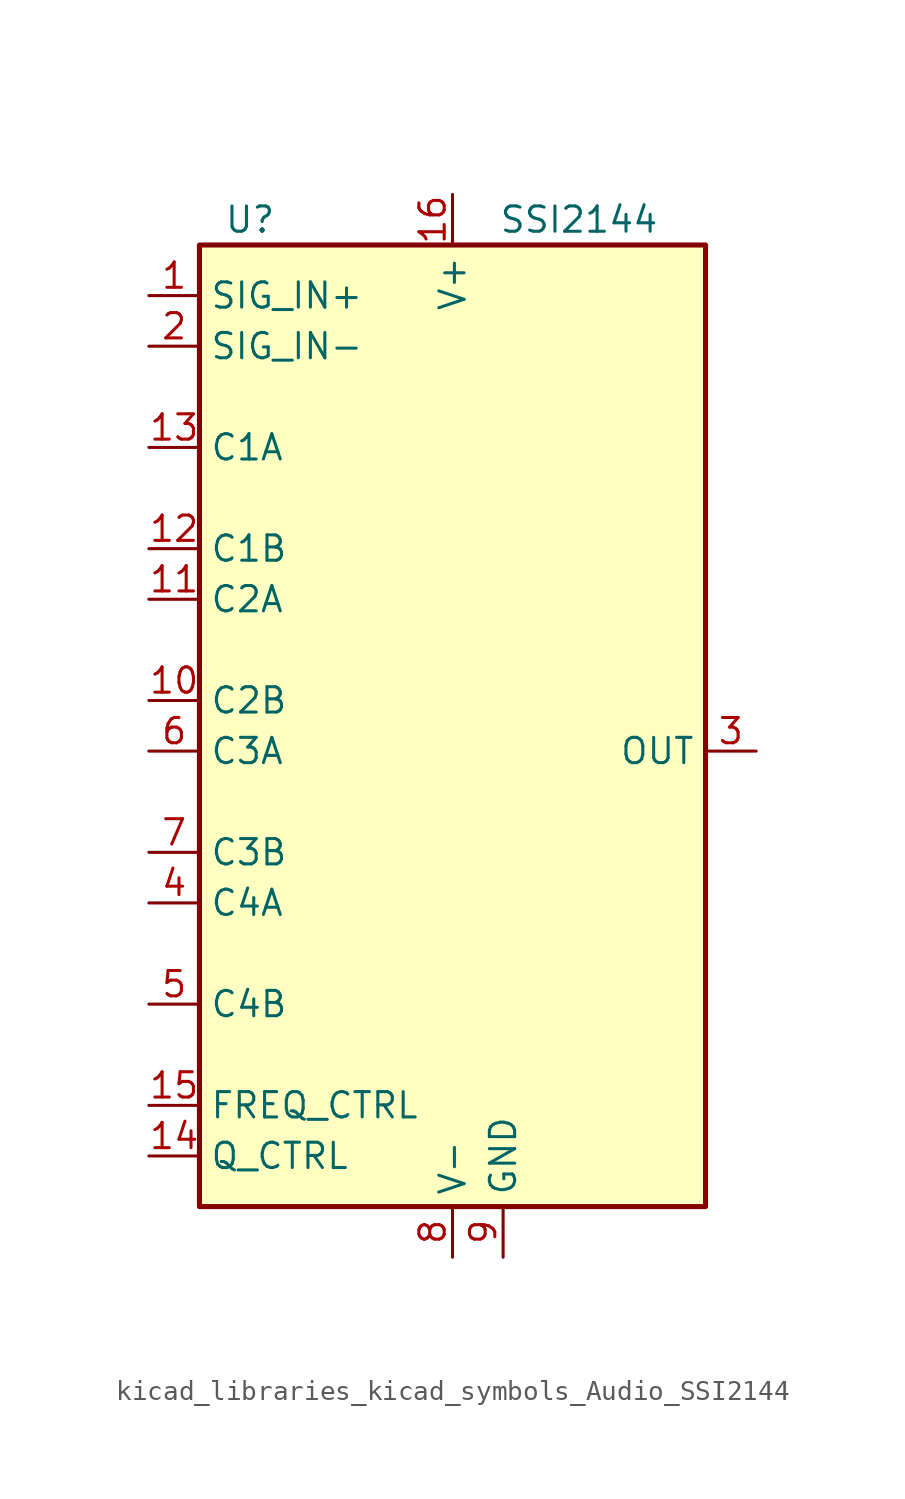
<source format=kicad_sym>
(kicad_symbol_lib
  (version 20220914)
  (generator kicad_symbol_editor)
  (symbol "kicad_libraries_kicad_symbols_Audio_SSI2144"
    (property "Reference" "U"
      (at -10.16 26.67 0)
      (effects (font (size 1.27 1.27))))
    (property "Value" "SSI2144"
      (at 6.35 26.67 0)
      (effects (font (size 1.27 1.27))))
    (symbol "kicad_libraries_kicad_symbols_Audio_SSI2144_0_1"
      (rectangle (start -12.7 25.4) (end 12.7 -22.86) (stroke (width 0.254) (type default)) (fill (type background))))
    (symbol "kicad_libraries_kicad_symbols_Audio_SSI2144_1_1"
      (pin input line (at -15.24 22.86 0) (length 2.54) (name "SIG_IN+" (effects (font (size 1.27 1.27)))) (number "1" (effects (font (size 1.27 1.27)))))
      (pin passive line (at -15.24 2.54 0) (length 2.54) (name "C2B" (effects (font (size 1.27 1.27)))) (number "10" (effects (font (size 1.27 1.27)))))
      (pin passive line (at -15.24 7.62 0) (length 2.54) (name "C2A" (effects (font (size 1.27 1.27)))) (number "11" (effects (font (size 1.27 1.27)))))
      (pin passive line (at -15.24 10.16 0) (length 2.54) (name "C1B" (effects (font (size 1.27 1.27)))) (number "12" (effects (font (size 1.27 1.27)))))
      (pin passive line (at -15.24 15.24 0) (length 2.54) (name "C1A" (effects (font (size 1.27 1.27)))) (number "13" (effects (font (size 1.27 1.27)))))
      (pin passive line (at -15.24 -20.32 0) (length 2.54) (name "Q_CTRL" (effects (font (size 1.27 1.27)))) (number "14" (effects (font (size 1.27 1.27)))))
      (pin passive line (at -15.24 -17.78 0) (length 2.54) (name "FREQ_CTRL" (effects (font (size 1.27 1.27)))) (number "15" (effects (font (size 1.27 1.27)))))
      (pin power_in line (at 0 27.94 270) (length 2.54) (name "V+" (effects (font (size 1.27 1.27)))) (number "16" (effects (font (size 1.27 1.27)))))
      (pin input line (at -15.24 20.32 0) (length 2.54) (name "SIG_IN-" (effects (font (size 1.27 1.27)))) (number "2" (effects (font (size 1.27 1.27)))))
      (pin output line (at 15.24 0 180) (length 2.54) (name "OUT" (effects (font (size 1.27 1.27)))) (number "3" (effects (font (size 1.27 1.27)))))
      (pin passive line (at -15.24 -7.62 0) (length 2.54) (name "C4A" (effects (font (size 1.27 1.27)))) (number "4" (effects (font (size 1.27 1.27)))))
      (pin passive line (at -15.24 -12.7 0) (length 2.54) (name "C4B" (effects (font (size 1.27 1.27)))) (number "5" (effects (font (size 1.27 1.27)))))
      (pin passive line (at -15.24 0 0) (length 2.54) (name "C3A" (effects (font (size 1.27 1.27)))) (number "6" (effects (font (size 1.27 1.27)))))
      (pin passive line (at -15.24 -5.08 0) (length 2.54) (name "C3B" (effects (font (size 1.27 1.27)))) (number "7" (effects (font (size 1.27 1.27)))))
      (pin power_in line (at 0 -25.4 90) (length 2.54) (name "V-" (effects (font (size 1.27 1.27)))) (number "8" (effects (font (size 1.27 1.27)))))
      (pin power_in line (at 2.54 -25.4 90) (length 2.54) (name "GND" (effects (font (size 1.27 1.27)))) (number "9" (effects (font (size 1.27 1.27))))))))
</source>
